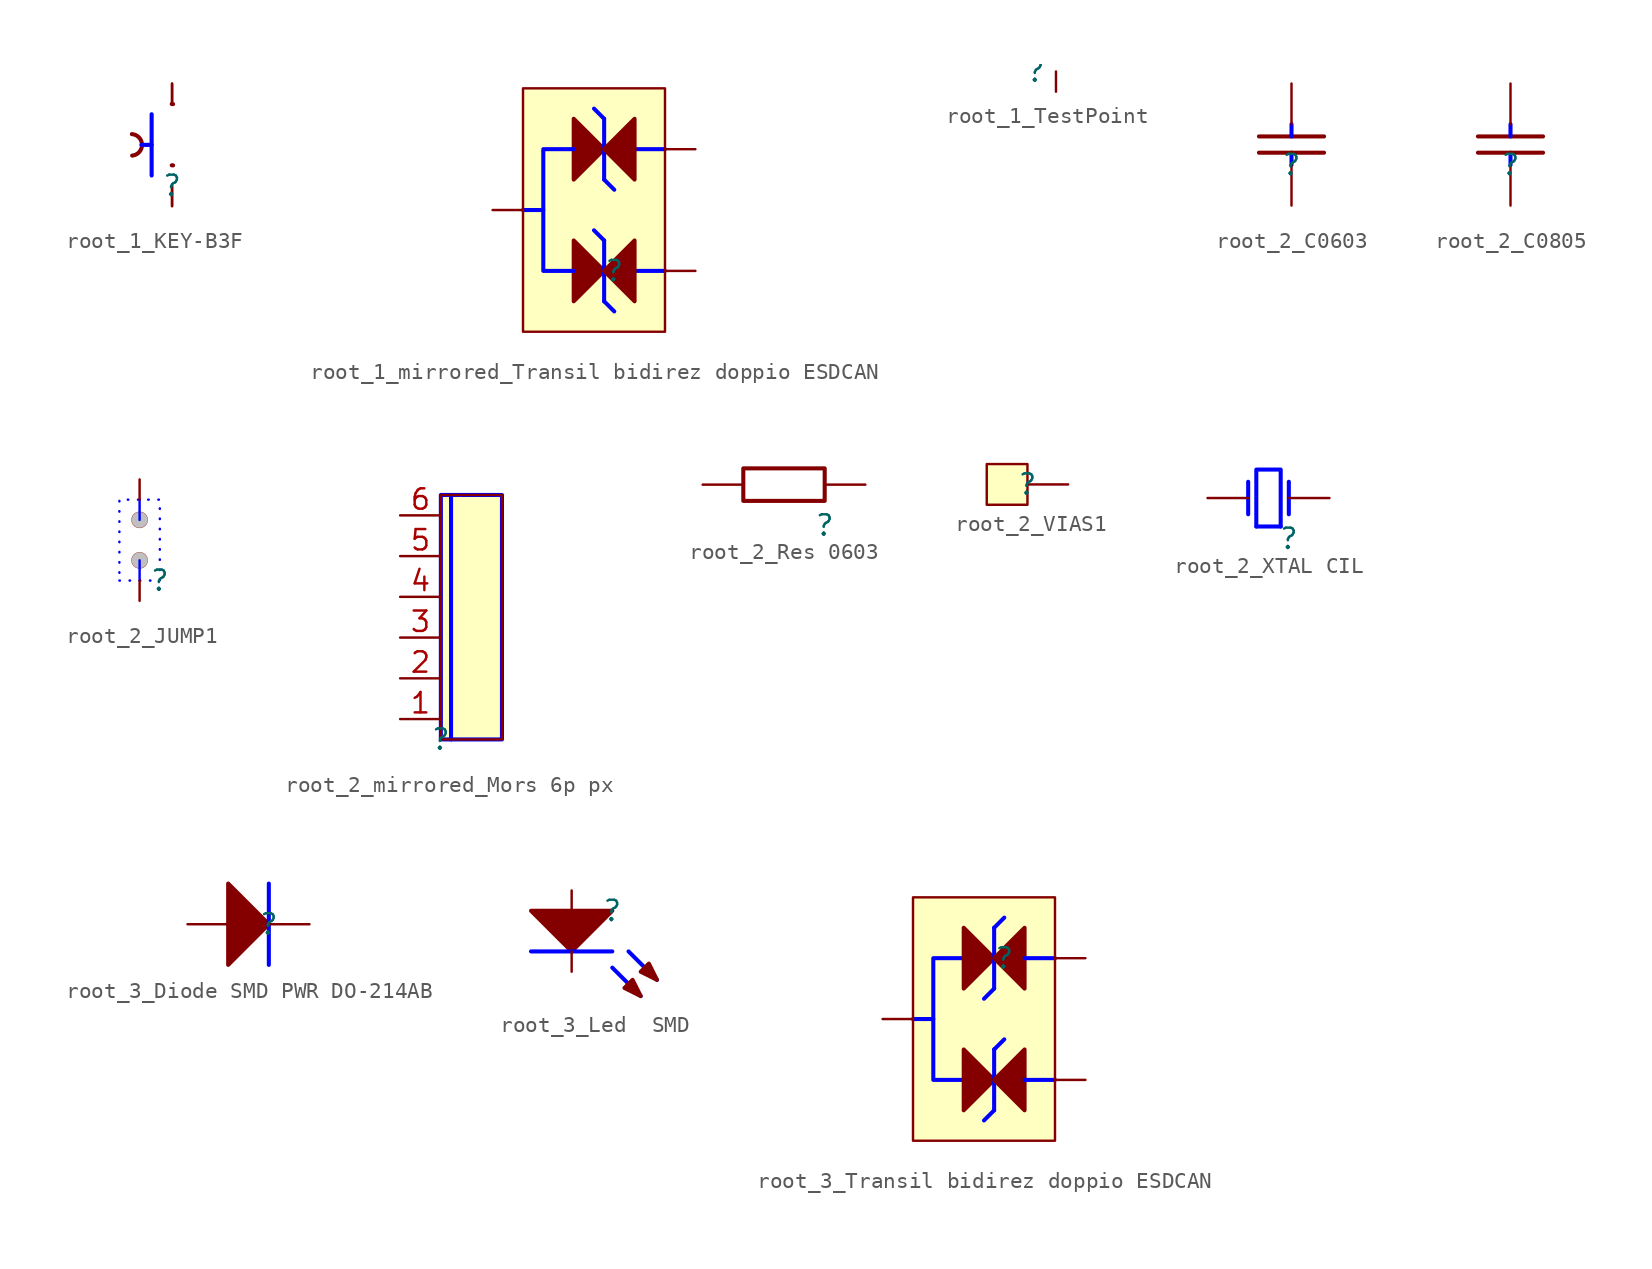
<source format=kicad_sym>
(kicad_symbol_lib
  (version 20220914)
  (generator kicad_symbol_editor)
  (symbol "root_1_KEY-B3F"
    (property "Reference" ""
      (at 0 0 0)
      (effects (font (size 1.27 1.27))))
    (property "Value" ""
      (at 0 0 0)
      (effects (font (size 1.27 1.27))))
    (symbol "root_1_KEY-B3F_1_0"
      (arc (start -2.4805 1.8727) (mid -1.8701 2.5495) (end -2.4995 3.2088) (stroke (width 0.254) (type solid)) (fill (type none)))
      (polyline (pts (xy -1.905 2.54) (xy -1.27 2.54)) (stroke (width 0.254) (type solid) (color 0 0 255 1)) (fill (type none)))
      (polyline (pts (xy -1.27 0.635) (xy -1.27 4.445)) (stroke (width 0.254) (type solid) (color 0 0 255 1)) (fill (type none)))
      (arc (start 0.0632 1.2668) (mid 0.0217 1.2696) (end -0.0198 1.2697) (stroke (width 0.254) (type solid)) (fill (type none)))
      (arc (start 0.0632 5.0768) (mid 0.0217 5.0796) (end -0.0198 5.0797) (stroke (width 0.254) (type solid)) (fill (type none)))
      (pin passive line (at 0 -1.27 90) (length 1.27) (name "" (effects (font (size 1.27 1.27)))) (number "1" (effects (font (size 0 0)))))
      (pin passive line (at 0 -1.27 90) (length 1.27) (name "" (effects (font (size 1.27 1.27)))) (number "2" (effects (font (size 0 0)))))
      (pin passive line (at 0 6.35 270) (length 1.27) (name "" (effects (font (size 1.27 1.27)))) (number "3" (effects (font (size 0 0)))))
      (pin passive line (at 0 6.35 270) (length 1.27) (name "" (effects (font (size 1.27 1.27)))) (number "4" (effects (font (size 0 0)))))))
  (symbol "root_1_mirrored_Transil bidirez doppio ESDCAN"
    (property "Reference" ""
      (at 0 0 0)
      (effects (font (size 1.27 1.27))))
    (property "Value" ""
      (at 0 0 0)
      (effects (font (size 1.27 1.27))))
    (symbol "root_1_mirrored_Transil bidirez doppio ESDCAN_1_0"
      (polyline (pts (xy -5.715 3.81) (xy -4.445 3.81)) (stroke (width 0.254) (type solid) (color 0 0 255 1)) (fill (type none)))
      (polyline (pts (xy -0.635 -1.905) (xy 0 -2.54)) (stroke (width 0.254) (type solid) (color 0 0 255 1)) (fill (type none)))
      (polyline (pts (xy -0.635 1.905) (xy -1.27 2.54)) (stroke (width 0.254) (type solid) (color 0 0 255 1)) (fill (type none)))
      (polyline (pts (xy -0.635 1.905) (xy -0.635 -1.905)) (stroke (width 0.254) (type solid) (color 0 0 255 1)) (fill (type none)))
      (polyline (pts (xy -0.635 5.715) (xy 0 5.08)) (stroke (width 0.254) (type solid) (color 0 0 255 1)) (fill (type none)))
      (polyline (pts (xy -0.635 9.525) (xy -1.27 10.16)) (stroke (width 0.254) (type solid) (color 0 0 255 1)) (fill (type none)))
      (polyline (pts (xy -0.635 9.525) (xy -0.635 5.715)) (stroke (width 0.254) (type solid) (color 0 0 255 1)) (fill (type none)))
      (polyline (pts (xy 1.27 0) (xy 3.175 0)) (stroke (width 0.254) (type solid) (color 0 0 255 1)) (fill (type none)))
      (polyline (pts (xy 1.27 7.62) (xy 3.175 7.62)) (stroke (width 0.254) (type solid) (color 0 0 255 1)) (fill (type none)))
      (polyline (pts (xy -2.54 0) (xy -4.445 0) (xy -4.445 7.62) (xy -2.54 7.62)) (stroke (width 0.254) (type solid) (color 0 0 255 1)) (fill (type none)))
      (polyline (pts (xy -2.54 1.905) (xy -0.635 0) (xy -2.54 -1.905) (xy -2.54 1.905)) (stroke (width 0.254) (type solid)) (fill (type outline)))
      (polyline (pts (xy -2.54 9.525) (xy -0.635 7.62) (xy -2.54 5.715) (xy -2.54 9.525)) (stroke (width 0.254) (type solid)) (fill (type outline)))
      (polyline (pts (xy 1.27 -1.905) (xy -0.635 0) (xy 1.27 1.905) (xy 1.27 -1.905)) (stroke (width 0.254) (type solid)) (fill (type outline)))
      (polyline (pts (xy 1.27 5.715) (xy -0.635 7.62) (xy 1.27 9.525) (xy 1.27 5.715)) (stroke (width 0.254) (type solid)) (fill (type outline)))
      (rectangle (start 3.175 11.43) (end -5.715 -3.81) (stroke (width 0) (type solid)) (fill (type background)))
      (pin passive line (at 5.08 0 180) (length 1.905) (name "A/K" (effects (font (size 0 0)))) (number "1" (effects (font (size 0 0)))))
      (pin passive line (at 5.08 7.62 180) (length 1.905) (name "A/K" (effects (font (size 0 0)))) (number "2" (effects (font (size 0 0)))))
      (pin passive line (at -7.62 3.81 0) (length 1.905) (name "A/K" (effects (font (size 0 0)))) (number "3" (effects (font (size 0 0)))))))
  (symbol "root_1_TestPoint"
    (property "Reference" ""
      (at 0 0 0)
      (effects (font (size 1.27 1.27))))
    (property "Value" ""
      (at 0 0 0)
      (effects (font (size 1.27 1.27))))
    (symbol "root_1_TestPoint_1_0"
      (pin passive line (at 1.27 -1.27 90) (length 1.27) (name "" (effects (font (size 0 0)))) (number "1" (effects (font (size 0 0)))))))
  (symbol "root_2_C0603"
    (property "Reference" ""
      (at 0 0 0)
      (effects (font (size 1.27 1.27))))
    (property "Value" ""
      (at 0 0 0)
      (effects (font (size 1.27 1.27))))
    (symbol "root_2_C0603_1_0"
      (polyline (pts (xy -2.032 1.778) (xy 2.032 1.778)) (stroke (width 0.254) (type solid)) (fill (type none)))
      (polyline (pts (xy 0 0) (xy 0 0.762)) (stroke (width 0.254) (type solid) (color 0 0 255 1)) (fill (type none)))
      (polyline (pts (xy 0 2.54) (xy 0 1.778)) (stroke (width 0.254) (type solid) (color 0 0 255 1)) (fill (type none)))
      (polyline (pts (xy 2.032 0.762) (xy -2.032 0.762)) (stroke (width 0.254) (type solid)) (fill (type none)))
      (pin passive line (at 0 -2.54 90) (length 2.54) (name "1" (effects (font (size 0 0)))) (number "1" (effects (font (size 0 0)))))
      (pin passive line (at 0 5.08 270) (length 2.54) (name "2" (effects (font (size 0 0)))) (number "2" (effects (font (size 0 0)))))))
  (symbol "root_2_C0805"
    (property "Reference" ""
      (at 0 0 0)
      (effects (font (size 1.27 1.27))))
    (property "Value" ""
      (at 0 0 0)
      (effects (font (size 1.27 1.27))))
    (symbol "root_2_C0805_1_0"
      (polyline (pts (xy -2.032 1.778) (xy 2.032 1.778)) (stroke (width 0.254) (type solid)) (fill (type none)))
      (polyline (pts (xy 0 0) (xy 0 0.762)) (stroke (width 0.254) (type solid) (color 0 0 255 1)) (fill (type none)))
      (polyline (pts (xy 0 2.54) (xy 0 1.778)) (stroke (width 0.254) (type solid) (color 0 0 255 1)) (fill (type none)))
      (polyline (pts (xy 2.032 0.762) (xy -2.032 0.762)) (stroke (width 0.254) (type solid)) (fill (type none)))
      (pin passive line (at 0 -2.54 90) (length 2.54) (name "1" (effects (font (size 0 0)))) (number "1" (effects (font (size 0 0)))))
      (pin passive line (at 0 5.08 270) (length 2.54) (name "2" (effects (font (size 0 0)))) (number "2" (effects (font (size 0 0)))))))
  (symbol "root_2_JUMP1"
    (property "Reference" ""
      (at 0 0 0)
      (effects (font (size 1.27 1.27))))
    (property "Value" ""
      (at 0 0 0)
      (effects (font (size 1.27 1.27))))
    (symbol "root_2_JUMP1_1_0"
      (circle (center -1.27 1.27) (radius 0.508) (stroke (width 0.0001) (type solid)) (fill (type color) (color 192 192 192 1)))
      (circle (center -1.27 3.81) (radius 0.508) (stroke (width 0.0001) (type solid)) (fill (type color) (color 192 192 192 1)))
      (polyline (pts (xy -1.27 1.27) (xy -1.27 0)) (stroke (width 0) (type solid) (color 0 0 255 1)) (fill (type none)))
      (polyline (pts (xy -1.27 3.81) (xy -1.27 5.08)) (stroke (width 0) (type solid) (color 0 0 255 1)) (fill (type none)))
      (polyline (pts (xy -2.54 0) (xy 0 0) (xy 0 5.08) (xy -2.54 5.08) (xy -2.54 0)) (stroke (width 0) (type dot) (color 0 0 255 1)) (fill (type none)))
      (pin passive line (at -1.27 -1.27 90) (length 1.27) (name "" (effects (font (size 0 0)))) (number "1" (effects (font (size 0 0)))))
      (pin passive line (at -1.27 6.35 270) (length 1.27) (name "" (effects (font (size 0 0)))) (number "2" (effects (font (size 0 0)))))))
  (symbol "root_2_mirrored_Mors 6p px"
    (property "Reference" ""
      (at 0 0 0)
      (effects (font (size 1.27 1.27))))
    (property "Value" ""
      (at 0 0 0)
      (effects (font (size 1.27 1.27))))
    (symbol "root_2_mirrored_Mors 6p px_1_0"
      (polyline (pts (xy 0.635 0) (xy 0.635 15.24)) (stroke (width 0.254) (type solid) (color 0 0 255 1)) (fill (type none)))
      (polyline (pts (xy 3.81 15.24) (xy 0 15.24) (xy 0 0) (xy 3.81 0) (xy 3.81 15.24)) (stroke (width 0.254) (type solid) (color 0 0 255 1)) (fill (type none)))
      (rectangle (start 3.81 15.24) (end 0 0) (stroke (width 0) (type solid)) (fill (type background)))
      (pin passive line (at -2.54 1.27 0) (length 2.54) (name "1" (effects (font (size 0 0)))) (number "1" (effects (font (size 1.27 1.27)))))
      (pin passive line (at -2.54 3.81 0) (length 2.54) (name "2" (effects (font (size 0 0)))) (number "2" (effects (font (size 1.27 1.27)))))
      (pin passive line (at -2.54 6.35 0) (length 2.54) (name "3" (effects (font (size 0 0)))) (number "3" (effects (font (size 1.27 1.27)))))
      (pin passive line (at -2.54 8.89 0) (length 2.54) (name "4" (effects (font (size 0 0)))) (number "4" (effects (font (size 1.27 1.27)))))
      (pin passive line (at -2.54 11.43 0) (length 2.54) (name "5" (effects (font (size 0 0)))) (number "5" (effects (font (size 1.27 1.27)))))
      (pin passive line (at -2.54 13.97 0) (length 2.54) (name "6" (effects (font (size 0 0)))) (number "6" (effects (font (size 1.27 1.27)))))))
  (symbol "root_2_Res 0603"
    (property "Reference" ""
      (at 0 0 0)
      (effects (font (size 1.27 1.27))))
    (property "Value" ""
      (at 0 0 0)
      (effects (font (size 1.27 1.27))))
    (symbol "root_2_Res 0603_1_0"
      (rectangle (start 0 3.556) (end -5.08 1.524) (stroke (width 0.254) (type solid)) (fill (type none)))
      (pin passive line (at 2.54 2.54 180) (length 2.54) (name "1" (effects (font (size 0 0)))) (number "1" (effects (font (size 0 0)))))
      (pin passive line (at -7.62 2.54 0) (length 2.54) (name "2" (effects (font (size 0 0)))) (number "2" (effects (font (size 0 0)))))))
  (symbol "root_2_VIAS1"
    (property "Reference" ""
      (at 0 0 0)
      (effects (font (size 1.27 1.27))))
    (property "Value" ""
      (at 0 0 0)
      (effects (font (size 1.27 1.27))))
    (symbol "root_2_VIAS1_1_0"
      (rectangle (start 0 1.27) (end -2.54 -1.27) (stroke (width 0) (type solid)) (fill (type background)))
      (pin passive line (at 2.54 0 180) (length 2.54) (name "1" (effects (font (size 0 0)))) (number "1" (effects (font (size 0 0)))))))
  (symbol "root_2_XTAL CIL"
    (property "Reference" ""
      (at 0 0 0)
      (effects (font (size 1.27 1.27))))
    (property "Value" ""
      (at 0 0 0)
      (effects (font (size 1.27 1.27))))
    (symbol "root_2_XTAL CIL_1_0"
      (polyline (pts (xy -2.54 1.524) (xy -2.54 3.556)) (stroke (width 0.254) (type solid) (color 0 0 255 1)) (fill (type none)))
      (polyline (pts (xy -0.508 0.762) (xy -2.032 0.762)) (stroke (width 0.254) (type solid) (color 0 0 255 1)) (fill (type none)))
      (polyline (pts (xy 0 1.524) (xy 0 3.556)) (stroke (width 0.254) (type solid) (color 0 0 255 1)) (fill (type none)))
      (polyline (pts (xy -2.032 0.762) (xy -2.032 4.318) (xy -0.508 4.318) (xy -0.508 0.762)) (stroke (width 0.254) (type solid) (color 0 0 255 1)) (fill (type none)))
      (pin passive line (at 2.54 2.54 180) (length 2.54) (name "OSC1" (effects (font (size 0 0)))) (number "1" (effects (font (size 0 0)))))
      (pin passive line (at -5.08 2.54 0) (length 2.54) (name "OSC2" (effects (font (size 0 0)))) (number "2" (effects (font (size 0 0)))))))
  (symbol "root_3_Diode SMD PWR DO-214AB"
    (property "Reference" ""
      (at 0 0 0)
      (effects (font (size 1.27 1.27))))
    (property "Value" ""
      (at 0 0 0)
      (effects (font (size 1.27 1.27))))
    (symbol "root_3_Diode SMD PWR DO-214AB_1_0"
      (polyline (pts (xy 0 2.54) (xy 0 -2.54)) (stroke (width 0.254) (type solid) (color 0 0 255 1)) (fill (type none)))
      (polyline (pts (xy -2.54 -2.54) (xy 0 0) (xy -2.54 2.54) (xy -2.54 -2.54)) (stroke (width 0.254) (type solid)) (fill (type outline)))
      (pin passive line (at 2.54 0 180) (length 2.54) (name "K" (effects (font (size 0 0)))) (number "1" (effects (font (size 0 0)))))
      (pin passive line (at -5.08 0 0) (length 2.54) (name "A" (effects (font (size 0 0)))) (number "2" (effects (font (size 0 0)))))))
  (symbol "root_3_Led  SMD"
    (property "Reference" ""
      (at 0 0 0)
      (effects (font (size 1.27 1.27))))
    (property "Value" ""
      (at 0 0 0)
      (effects (font (size 1.27 1.27))))
    (symbol "root_3_Led  SMD_1_0"
      (polyline (pts (xy 0 -3.556) (xy 1.778 -5.334)) (stroke (width 0.254) (type solid) (color 0 0 255 1)) (fill (type none)))
      (polyline (pts (xy 0 -2.54) (xy -5.08 -2.54)) (stroke (width 0.254) (type solid) (color 0 0 255 1)) (fill (type none)))
      (polyline (pts (xy 1.016 -2.54) (xy 2.794 -4.318)) (stroke (width 0.254) (type solid) (color 0 0 255 1)) (fill (type none)))
      (polyline (pts (xy -5.08 0) (xy -2.54 -2.54) (xy 0 0) (xy -5.08 0)) (stroke (width 0.254) (type solid)) (fill (type outline)))
      (polyline (pts (xy 1.778 -5.334) (xy 1.27 -4.318) (xy 0.762 -4.826) (xy 1.778 -5.334)) (stroke (width 0.254) (type solid)) (fill (type outline)))
      (polyline (pts (xy 2.794 -4.318) (xy 2.286 -3.302) (xy 1.778 -3.81) (xy 2.794 -4.318)) (stroke (width 0.254) (type solid)) (fill (type outline)))
      (pin passive line (at -2.54 -3.81 90) (length 1.27) (name "K" (effects (font (size 0 0)))) (number "1" (effects (font (size 0 0)))))
      (pin passive line (at -2.54 1.27 270) (length 1.27) (name "A" (effects (font (size 0 0)))) (number "2" (effects (font (size 0 0)))))))
  (symbol "root_3_Transil bidirez doppio ESDCAN"
    (property "Reference" ""
      (at 0 0 0)
      (effects (font (size 1.27 1.27))))
    (property "Value" ""
      (at 0 0 0)
      (effects (font (size 1.27 1.27))))
    (symbol "root_3_Transil bidirez doppio ESDCAN_1_0"
      (polyline (pts (xy -5.715 -3.81) (xy -4.445 -3.81)) (stroke (width 0.254) (type solid) (color 0 0 255 1)) (fill (type none)))
      (polyline (pts (xy -0.635 -9.525) (xy -1.27 -10.16)) (stroke (width 0.254) (type solid) (color 0 0 255 1)) (fill (type none)))
      (polyline (pts (xy -0.635 -9.525) (xy -0.635 -5.715)) (stroke (width 0.254) (type solid) (color 0 0 255 1)) (fill (type none)))
      (polyline (pts (xy -0.635 -5.715) (xy 0 -5.08)) (stroke (width 0.254) (type solid) (color 0 0 255 1)) (fill (type none)))
      (polyline (pts (xy -0.635 -1.905) (xy -1.27 -2.54)) (stroke (width 0.254) (type solid) (color 0 0 255 1)) (fill (type none)))
      (polyline (pts (xy -0.635 -1.905) (xy -0.635 1.905)) (stroke (width 0.254) (type solid) (color 0 0 255 1)) (fill (type none)))
      (polyline (pts (xy -0.635 1.905) (xy 0 2.54)) (stroke (width 0.254) (type solid) (color 0 0 255 1)) (fill (type none)))
      (polyline (pts (xy 1.27 -7.62) (xy 3.175 -7.62)) (stroke (width 0.254) (type solid) (color 0 0 255 1)) (fill (type none)))
      (polyline (pts (xy 1.27 0) (xy 3.175 0)) (stroke (width 0.254) (type solid) (color 0 0 255 1)) (fill (type none)))
      (polyline (pts (xy -2.54 -9.525) (xy -0.635 -7.62) (xy -2.54 -5.715) (xy -2.54 -9.525)) (stroke (width 0.254) (type solid)) (fill (type outline)))
      (polyline (pts (xy -2.54 -1.905) (xy -0.635 0) (xy -2.54 1.905) (xy -2.54 -1.905)) (stroke (width 0.254) (type solid)) (fill (type outline)))
      (polyline (pts (xy -2.54 0) (xy -4.445 0) (xy -4.445 -7.62) (xy -2.54 -7.62)) (stroke (width 0.254) (type solid) (color 0 0 255 1)) (fill (type none)))
      (polyline (pts (xy 1.27 -5.715) (xy -0.635 -7.62) (xy 1.27 -9.525) (xy 1.27 -5.715)) (stroke (width 0.254) (type solid)) (fill (type outline)))
      (polyline (pts (xy 1.27 1.905) (xy -0.635 0) (xy 1.27 -1.905) (xy 1.27 1.905)) (stroke (width 0.254) (type solid)) (fill (type outline)))
      (rectangle (start 3.175 3.81) (end -5.715 -11.43) (stroke (width 0) (type solid)) (fill (type background)))
      (pin passive line (at 5.08 0 180) (length 1.905) (name "A/K" (effects (font (size 0 0)))) (number "1" (effects (font (size 0 0)))))
      (pin passive line (at 5.08 -7.62 180) (length 1.905) (name "A/K" (effects (font (size 0 0)))) (number "2" (effects (font (size 0 0)))))
      (pin passive line (at -7.62 -3.81 0) (length 1.905) (name "A/K" (effects (font (size 0 0)))) (number "3" (effects (font (size 0 0))))))))
</source>
